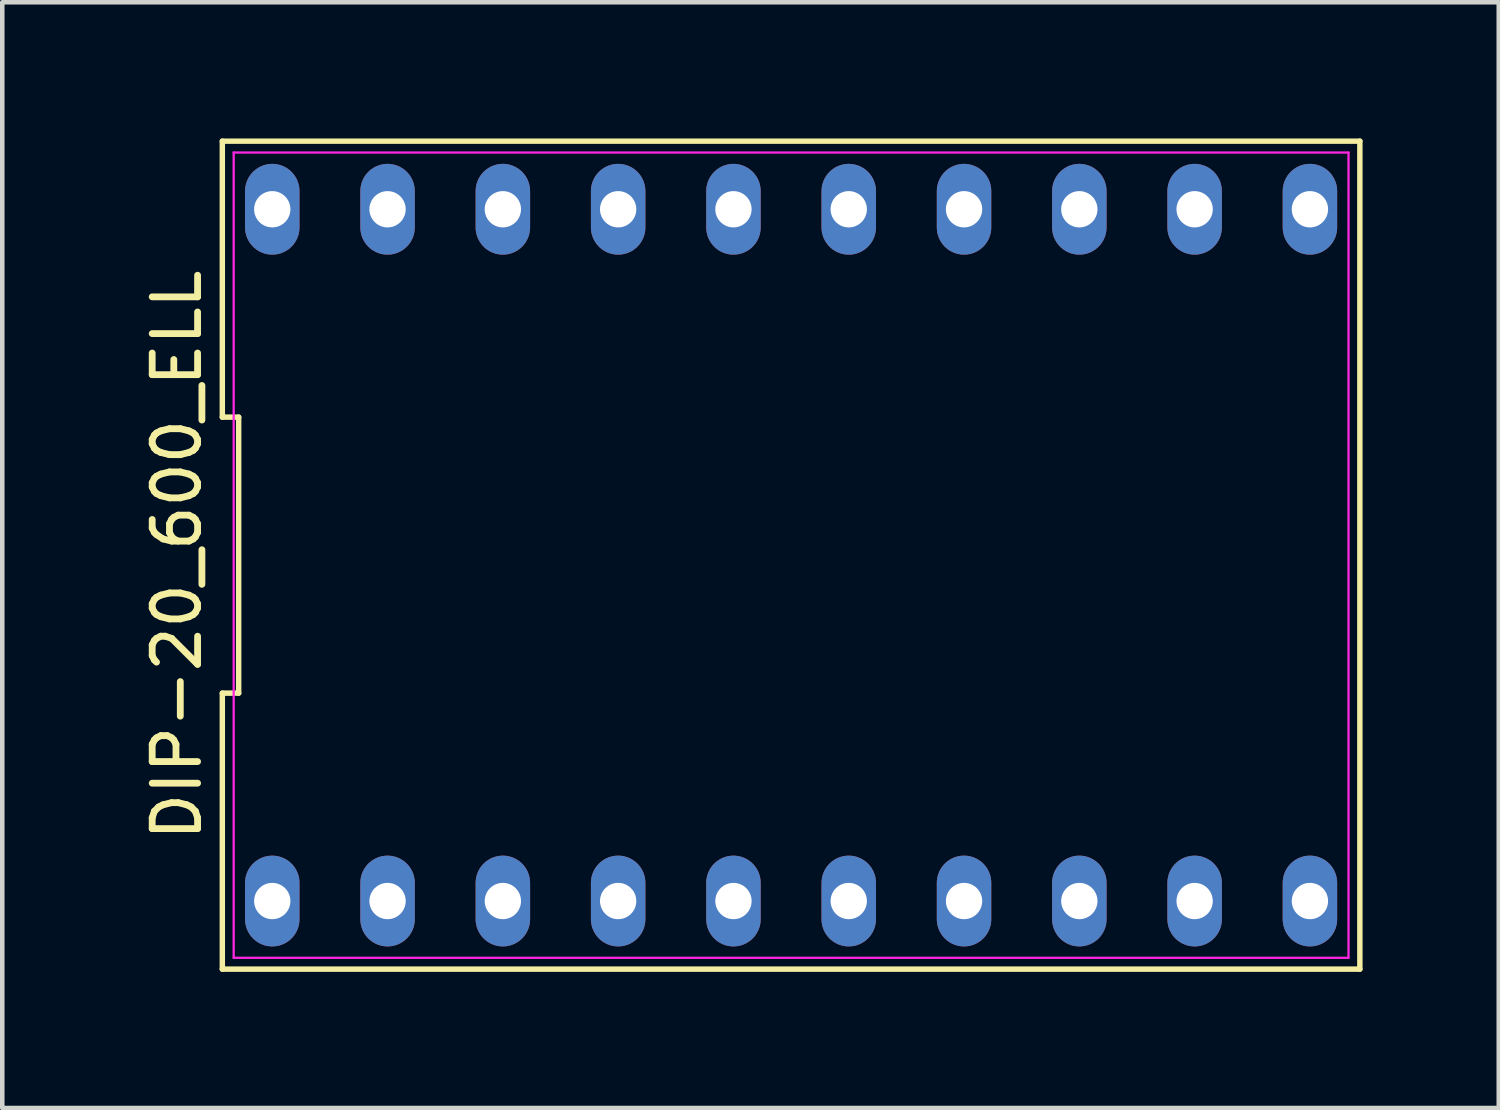
<source format=kicad_pcb>
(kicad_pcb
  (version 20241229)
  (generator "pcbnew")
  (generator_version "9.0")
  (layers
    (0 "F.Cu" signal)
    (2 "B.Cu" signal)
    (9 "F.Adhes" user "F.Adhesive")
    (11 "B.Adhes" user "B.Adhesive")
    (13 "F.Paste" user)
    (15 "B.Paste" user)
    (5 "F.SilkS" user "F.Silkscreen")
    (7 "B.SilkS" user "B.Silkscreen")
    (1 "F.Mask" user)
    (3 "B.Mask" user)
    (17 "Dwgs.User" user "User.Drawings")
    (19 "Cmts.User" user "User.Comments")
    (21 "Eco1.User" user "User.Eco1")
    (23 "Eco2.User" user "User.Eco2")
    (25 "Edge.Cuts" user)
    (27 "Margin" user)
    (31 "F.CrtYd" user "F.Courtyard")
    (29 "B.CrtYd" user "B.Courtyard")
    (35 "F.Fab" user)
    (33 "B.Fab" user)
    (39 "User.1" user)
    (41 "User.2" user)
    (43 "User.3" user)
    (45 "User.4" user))
  (footprint "DIP-20_600_ELL"
    (layer "F.Cu")
    (at 14.378 9.18)
    (property "Reference" "DIP-20_600_ELL" (at -13.53 0 90) (layer "F.SilkS") (effects (font (size 1 1) (thickness 0.15))))
    (attr through_hole)
    (fp_line (start -12.53 -9.12) (end -12.53 -3.04) (stroke (width 0.12) (type default)) (layer "F.SilkS"))
    (fp_line (start -12.53 -3.04) (end -12.17 -3.04) (stroke (width 0.12) (type default)) (layer "F.SilkS"))
    (fp_line (start -12.53 3.04) (end -12.53 9.12) (stroke (width 0.12) (type default)) (layer "F.SilkS"))
    (fp_line (start -12.53 9.12) (end 12.53 9.12) (stroke (width 0.12) (type default)) (layer "F.SilkS"))
    (fp_line (start -12.17 -3.04) (end -12.17 3.04) (stroke (width 0.12) (type default)) (layer "F.SilkS"))
    (fp_line (start -12.17 3.04) (end -12.53 3.04) (stroke (width 0.12) (type default)) (layer "F.SilkS"))
    (fp_line (start 12.53 -9.12) (end -12.53 -9.12) (stroke (width 0.12) (type default)) (layer "F.SilkS"))
    (fp_line (start 12.53 9.12) (end 12.53 -9.12) (stroke (width 0.12) (type default)) (layer "F.SilkS"))
    (fp_line (start -12.28 -8.87) (end 12.28 -8.87) (stroke (width 0.05) (type default)) (layer "F.CrtYd"))
    (fp_line (start -12.28 8.87) (end -12.28 -8.87) (stroke (width 0.05) (type default)) (layer "F.CrtYd"))
    (fp_line (start 12.28 -8.87) (end 12.28 8.87) (stroke (width 0.05) (type default)) (layer "F.CrtYd"))
    (fp_line (start 12.28 8.87) (end -12.28 8.87) (stroke (width 0.05) (type default)) (layer "F.CrtYd"))
    (pad "1" thru_hole oval (at -11.43 7.62) (size 1.2 2) (drill 0.8) (layers "*.Cu" "*.Mask"))
    (pad "2" thru_hole oval (at -8.89 7.62) (size 1.2 2) (drill 0.8) (layers "*.Cu" "*.Mask"))
    (pad "3" thru_hole oval (at -6.35 7.62) (size 1.2 2) (drill 0.8) (layers "*.Cu" "*.Mask"))
    (pad "4" thru_hole oval (at -3.81 7.62) (size 1.2 2) (drill 0.8) (layers "*.Cu" "*.Mask"))
    (pad "5" thru_hole oval (at -1.27 7.62) (size 1.2 2) (drill 0.8) (layers "*.Cu" "*.Mask"))
    (pad "6" thru_hole oval (at 1.27 7.62) (size 1.2 2) (drill 0.8) (layers "*.Cu" "*.Mask"))
    (pad "7" thru_hole oval (at 3.81 7.62) (size 1.2 2) (drill 0.8) (layers "*.Cu" "*.Mask"))
    (pad "8" thru_hole oval (at 6.35 7.62) (size 1.2 2) (drill 0.8) (layers "*.Cu" "*.Mask"))
    (pad "9" thru_hole oval (at 8.89 7.62) (size 1.2 2) (drill 0.8) (layers "*.Cu" "*.Mask"))
    (pad "10" thru_hole oval (at 11.43 7.62) (size 1.2 2) (drill 0.8) (layers "*.Cu" "*.Mask"))
    (pad "11" thru_hole oval (at 11.43 -7.62) (size 1.2 2) (drill 0.8) (layers "*.Cu" "*.Mask"))
    (pad "12" thru_hole oval (at 8.89 -7.62) (size 1.2 2) (drill 0.8) (layers "*.Cu" "*.Mask"))
    (pad "13" thru_hole oval (at 6.35 -7.62) (size 1.2 2) (drill 0.8) (layers "*.Cu" "*.Mask"))
    (pad "14" thru_hole oval (at 3.81 -7.62) (size 1.2 2) (drill 0.8) (layers "*.Cu" "*.Mask"))
    (pad "15" thru_hole oval (at 1.27 -7.62) (size 1.2 2) (drill 0.8) (layers "*.Cu" "*.Mask"))
    (pad "16" thru_hole oval (at -1.27 -7.62) (size 1.2 2) (drill 0.8) (layers "*.Cu" "*.Mask"))
    (pad "17" thru_hole oval (at -3.81 -7.62) (size 1.2 2) (drill 0.8) (layers "*.Cu" "*.Mask"))
    (pad "18" thru_hole oval (at -6.35 -7.62) (size 1.2 2) (drill 0.8) (layers "*.Cu" "*.Mask"))
    (pad "19" thru_hole oval (at -8.89 -7.62) (size 1.2 2) (drill 0.8) (layers "*.Cu" "*.Mask"))
    (pad "20" thru_hole oval (at -11.43 -7.62) (size 1.2 2) (drill 0.8) (layers "*.Cu" "*.Mask")))
  (gr_rect
    (start -3 -3)
    (end 29.968 21.36)
    (stroke (width 0.1) (type default))
    (fill no)
    (layer "Edge.Cuts")))
</source>
